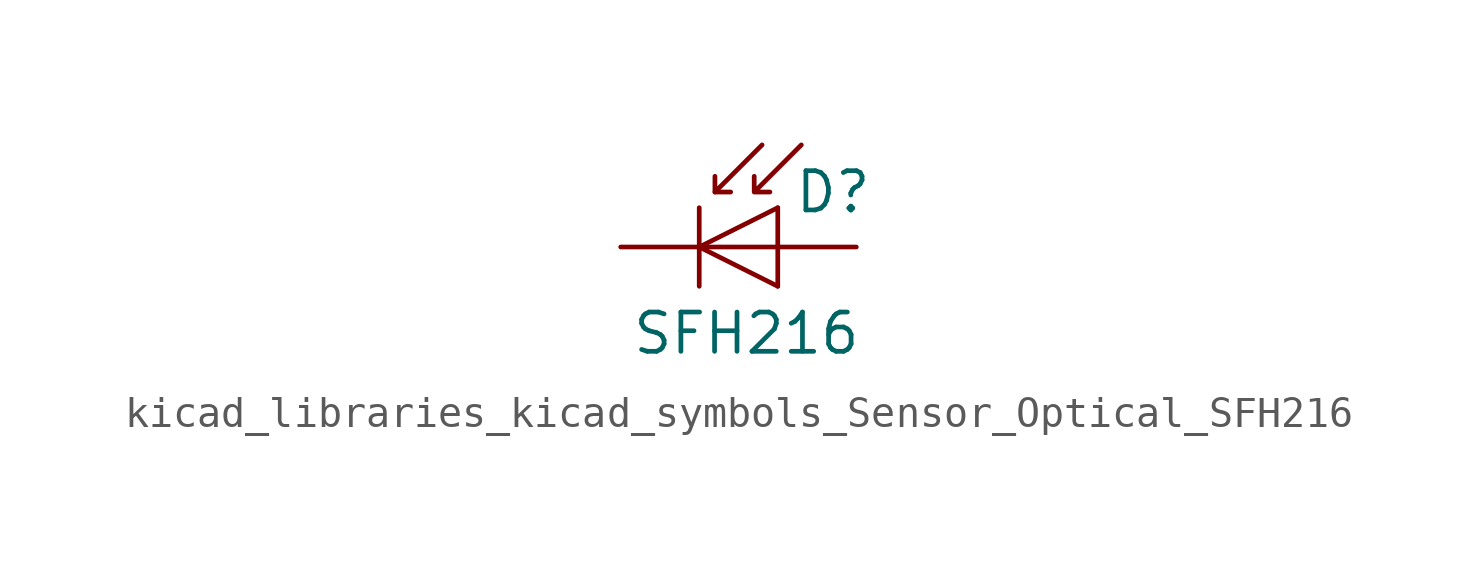
<source format=kicad_sym>
(kicad_symbol_lib
  (version 20220914)
  (generator kicad_symbol_editor)
  (symbol "kicad_libraries_kicad_symbols_Sensor_Optical_SFH216"
    (pin_numbers hide)
    (pin_names hide)
    (property "Reference" "D"
      (at 0.508 1.778 0)
      (effects (font (size 1.27 1.27)) (justify left)))
    (property "Value" "SFH216"
      (at -1.016 -2.794 0)
      (effects (font (size 1.27 1.27))))
    (symbol "kicad_libraries_kicad_symbols_Sensor_Optical_SFH216_0_1"
      (polyline (pts (xy -2.54 1.27) (xy -2.54 -1.27)) (stroke (width 0.152) (type default)) (fill (type none)))
      (polyline (pts (xy -2.032 1.778) (xy -1.524 1.778)) (stroke (width 0) (type default)) (fill (type none)))
      (polyline (pts (xy 0 -1.27) (xy 0 1.27)) (stroke (width 0) (type default)) (fill (type none)))
      (polyline (pts (xy 0 0) (xy -2.54 0)) (stroke (width 0) (type default)) (fill (type none)))
      (polyline (pts (xy -0.508 3.302) (xy -2.032 1.778) (xy -2.032 2.286)) (stroke (width 0) (type default)) (fill (type none)))
      (polyline (pts (xy 0 1.27) (xy -2.54 0) (xy 0 -1.27)) (stroke (width 0) (type default)) (fill (type none)))
      (polyline (pts (xy 0.762 3.302) (xy -0.762 1.778) (xy -0.762 2.286) (xy -0.762 1.778) (xy -0.254 1.778)) (stroke (width 0) (type default)) (fill (type none))))
    (symbol "kicad_libraries_kicad_symbols_Sensor_Optical_SFH216_1_1"
      (pin passive line (at -5.08 0 0) (length 2.54) (name "K" (effects (font (size 1.27 1.27)))) (number "1" (effects (font (size 1.27 1.27)))))
      (pin passive line (at 2.54 0 180) (length 2.54) (name "A" (effects (font (size 1.27 1.27)))) (number "2" (effects (font (size 1.27 1.27))))))))
</source>
